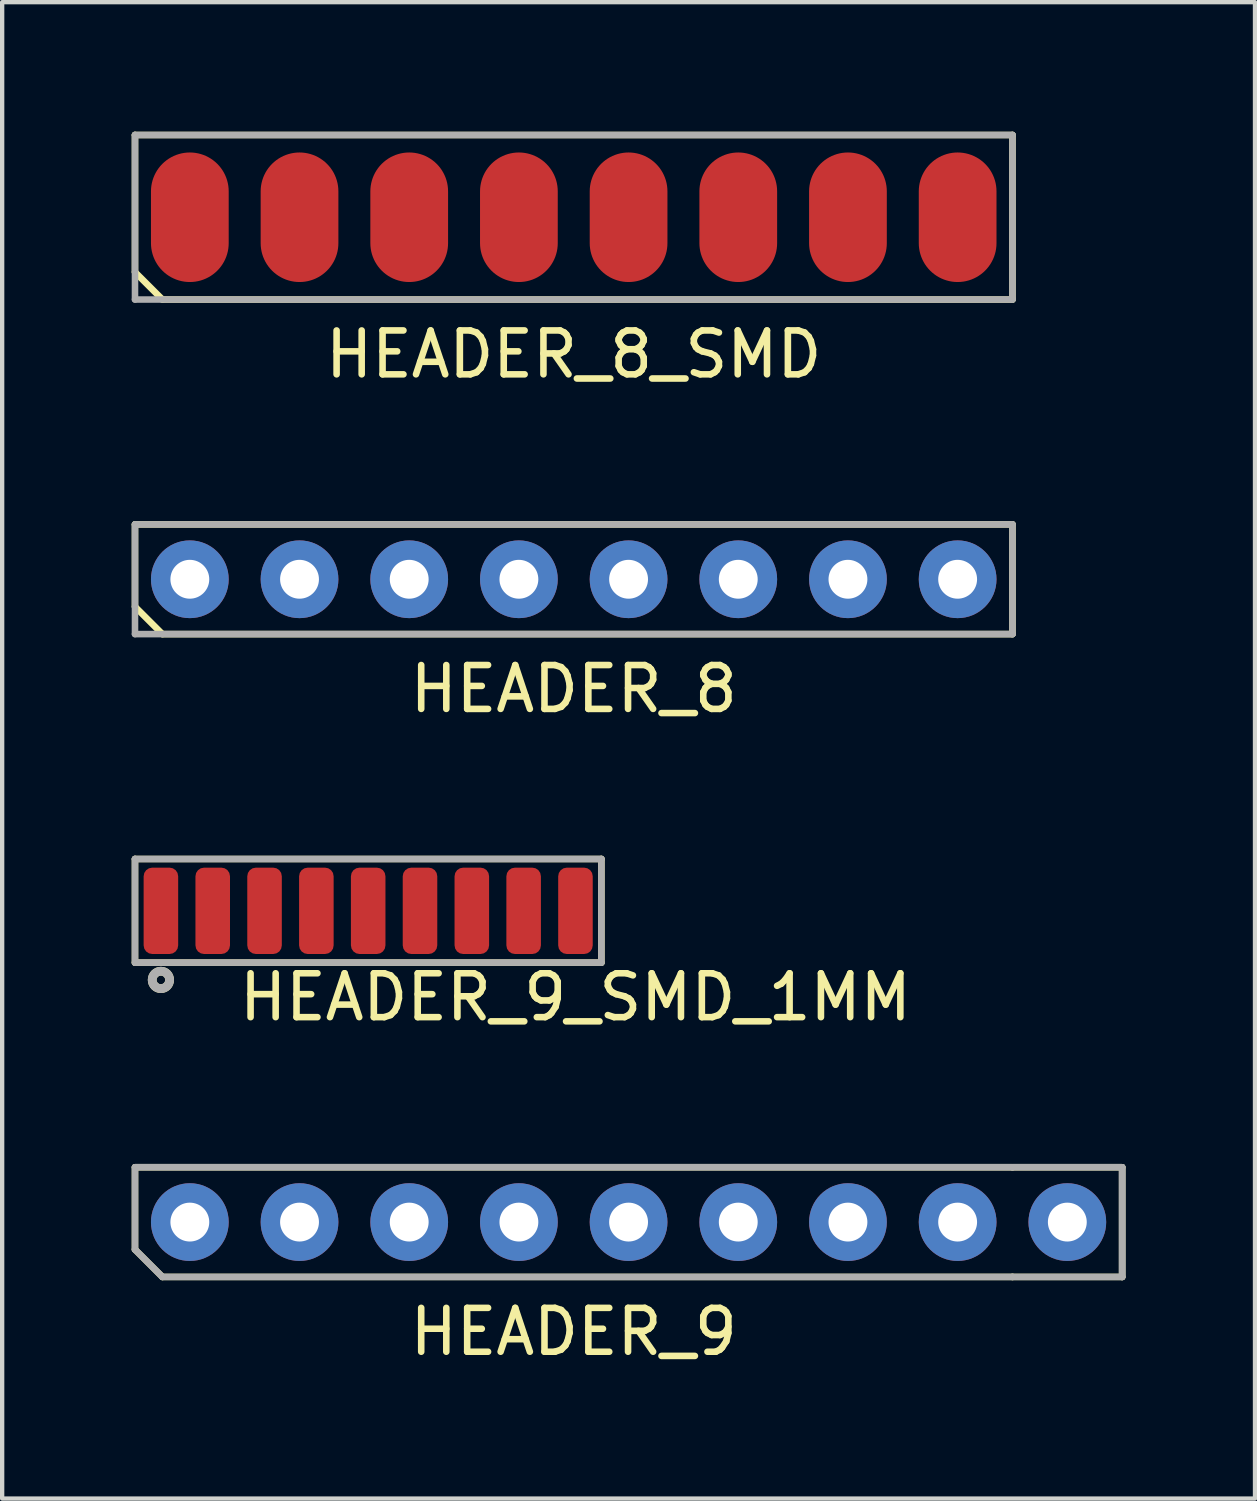
<source format=kicad_pcb>
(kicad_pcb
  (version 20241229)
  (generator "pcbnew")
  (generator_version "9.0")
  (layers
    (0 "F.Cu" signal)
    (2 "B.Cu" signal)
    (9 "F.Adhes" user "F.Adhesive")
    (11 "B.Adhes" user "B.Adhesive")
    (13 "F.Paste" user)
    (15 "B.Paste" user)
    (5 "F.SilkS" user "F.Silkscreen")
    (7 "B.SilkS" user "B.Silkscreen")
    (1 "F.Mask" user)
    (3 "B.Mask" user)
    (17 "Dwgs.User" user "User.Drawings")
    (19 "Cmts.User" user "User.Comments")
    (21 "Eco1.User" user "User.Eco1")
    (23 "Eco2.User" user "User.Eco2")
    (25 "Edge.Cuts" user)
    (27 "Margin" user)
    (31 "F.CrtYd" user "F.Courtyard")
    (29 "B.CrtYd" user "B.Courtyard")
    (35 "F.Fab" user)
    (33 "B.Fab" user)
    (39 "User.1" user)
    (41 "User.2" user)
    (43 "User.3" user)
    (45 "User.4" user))
  (footprint "HEADER_9"
    (layer "F.Cu")
    (at 11.506 25.25)
    (property "Reference" "HEADER_9" (at -1.27 2.54 0) (layer "F.SilkS") (effects (font (size 1.016 1.016) (thickness 0.152))))
    (attr through_hole)
    (fp_line (start -11.43 -1.27) (end 8.89 -1.27) (stroke (width 0.152) (type solid)) (layer "F.SilkS"))
    (fp_line (start -11.43 0.635) (end -11.43 -1.27) (stroke (width 0.152) (type solid)) (layer "F.SilkS"))
    (fp_line (start -11.43 0.635) (end -10.795 1.27) (stroke (width 0.152) (type solid)) (layer "F.SilkS"))
    (fp_line (start 8.89 -1.27) (end 11.43 -1.27) (stroke (width 0.152) (type solid)) (layer "F.SilkS"))
    (fp_line (start 8.89 1.27) (end -10.795 1.27) (stroke (width 0.152) (type solid)) (layer "F.SilkS"))
    (fp_line (start 8.89 1.27) (end 11.43 1.27) (stroke (width 0.152) (type solid)) (layer "F.SilkS"))
    (fp_line (start 11.43 1.27) (end 11.43 -1.27) (stroke (width 0.152) (type solid)) (layer "F.SilkS"))
    (fp_line (start -11.43 -1.27) (end 8.89 -1.27) (stroke (width 0.152) (type solid)) (layer "F.Fab"))
    (fp_line (start -11.43 0.635) (end -11.43 -1.27) (stroke (width 0.152) (type solid)) (layer "F.Fab"))
    (fp_line (start -10.795 1.27) (end -11.43 0.635) (stroke (width 0.152) (type solid)) (layer "F.Fab"))
    (fp_line (start -10.795 1.27) (end 8.89 1.27) (stroke (width 0.152) (type solid)) (layer "F.Fab"))
    (fp_line (start 8.89 -1.27) (end 11.43 -1.27) (stroke (width 0.152) (type solid)) (layer "F.Fab"))
    (fp_line (start 8.89 1.27) (end 11.43 1.27) (stroke (width 0.152) (type solid)) (layer "F.Fab"))
    (fp_line (start 11.43 -1.27) (end 11.43 1.27) (stroke (width 0.152) (type solid)) (layer "F.Fab"))
    (fp_line (start 11.43 1.27) (end 11.43 -1.27) (stroke (width 0.152) (type solid)) (layer "F.Fab"))
    (pad "1" thru_hole circle (at -10.16 0) (size 1.8 1.8) (drill 0.9) (layers "*.Cu" "*.Mask"))
    (pad "2" thru_hole circle (at -7.62 0) (size 1.8 1.8) (drill 0.9) (layers "*.Cu" "*.Mask"))
    (pad "3" thru_hole circle (at -5.08 0) (size 1.8 1.8) (drill 0.9) (layers "*.Cu" "*.Mask"))
    (pad "4" thru_hole circle (at -2.54 0) (size 1.8 1.8) (drill 0.9) (layers "*.Cu" "*.Mask"))
    (pad "5" thru_hole circle (at 0 0) (size 1.8 1.8) (drill 0.9) (layers "*.Cu" "*.Mask"))
    (pad "6" thru_hole circle (at 2.54 0) (size 1.8 1.8) (drill 0.9) (layers "*.Cu" "*.Mask"))
    (pad "7" thru_hole circle (at 5.08 0) (size 1.8 1.8) (drill 0.9) (layers "*.Cu" "*.Mask"))
    (pad "8" thru_hole circle (at 7.62 0) (size 1.8 1.8) (drill 0.9) (layers "*.Cu" "*.Mask"))
    (pad "9" thru_hole circle (at 10.16 0) (size 1.8 1.8) (drill 0.9) (layers "*.Cu" "*.Mask")))
  (footprint "HEADER_9_SMD_1MM"
    (layer "F.Cu")
    (at 5.476 18.042)
    (property "Reference" "HEADER_9_SMD_1MM" (at 4.8 2 0) (layer "F.SilkS") (effects (font (size 1.016 1.016) (thickness 0.152))))
    (attr through_hole)
    (fp_line (start -5.4 -1.2) (end -5.4 1.2) (stroke (width 0.152) (type solid)) (layer "F.SilkS"))
    (fp_line (start 5.4 -1.2) (end -5.4 -1.2) (stroke (width 0.152) (type solid)) (layer "F.SilkS"))
    (fp_line (start 5.4 -1.2) (end 5.4 1.2) (stroke (width 0.152) (type solid)) (layer "F.SilkS"))
    (fp_line (start 5.4 1.2) (end -5.4 1.2) (stroke (width 0.152) (type solid)) (layer "F.SilkS"))
    (fp_circle (center -4.8 1.6) (end -4.7 1.6) (stroke (width 0.203) (type solid)) (fill no) (layer "F.SilkS"))
    (fp_line (start -5.4 -1.2) (end 5.4 -1.2) (stroke (width 0.152) (type solid)) (layer "F.Fab"))
    (fp_line (start -5.4 1.2) (end -5.4 -1.2) (stroke (width 0.152) (type solid)) (layer "F.Fab"))
    (fp_line (start 5.4 -1.2) (end 5.4 1.2) (stroke (width 0.152) (type solid)) (layer "F.Fab"))
    (fp_line (start 5.4 1.2) (end -5.4 1.2) (stroke (width 0.152) (type solid)) (layer "F.Fab"))
    (fp_circle (center -4.8 1.6) (end -4.7 1.6) (stroke (width 0.203) (type solid)) (fill no) (layer "F.Fab"))
    (pad "1" smd roundrect (at -4.8 0) (size 0.8 2) (layers "F.Cu" "F.Mask" "F.Paste") (roundrect_rratio 0.25))
    (pad "2" smd roundrect (at -3.6 0) (size 0.8 2) (layers "F.Cu" "F.Mask" "F.Paste") (roundrect_rratio 0.25))
    (pad "3" smd roundrect (at -2.4 0) (size 0.8 2) (layers "F.Cu" "F.Mask" "F.Paste") (roundrect_rratio 0.25))
    (pad "4" smd roundrect (at -1.2 0) (size 0.8 2) (layers "F.Cu" "F.Mask" "F.Paste") (roundrect_rratio 0.25))
    (pad "5" smd roundrect (at 0 0) (size 0.8 2) (layers "F.Cu" "F.Mask" "F.Paste") (roundrect_rratio 0.25))
    (pad "6" smd roundrect (at 1.2 0) (size 0.8 2) (layers "F.Cu" "F.Mask" "F.Paste") (roundrect_rratio 0.25))
    (pad "7" smd roundrect (at 2.4 0) (size 0.8 2) (layers "F.Cu" "F.Mask" "F.Paste") (roundrect_rratio 0.25))
    (pad "8" smd roundrect (at 3.6 0) (size 0.8 2) (layers "F.Cu" "F.Mask" "F.Paste") (roundrect_rratio 0.25))
    (pad "9" smd roundrect (at 4.8 0) (size 0.8 2) (layers "F.Cu" "F.Mask" "F.Paste") (roundrect_rratio 0.25)))
  (footprint "HEADER_8"
    (layer "F.Cu")
    (at 10.236 10.364)
    (property "Reference" "HEADER_8" (at 0 2.54 0) (layer "F.SilkS") (effects (font (size 1.016 1.016) (thickness 0.152))))
    (attr through_hole)
    (fp_line (start -10.16 -1.27) (end 10.16 -1.27) (stroke (width 0.152) (type solid)) (layer "F.SilkS"))
    (fp_line (start -10.16 0.635) (end -10.16 -1.27) (stroke (width 0.152) (type solid)) (layer "F.SilkS"))
    (fp_line (start -10.16 0.635) (end -9.525 1.27) (stroke (width 0.152) (type solid)) (layer "F.SilkS"))
    (fp_line (start 10.16 1.27) (end -9.525 1.27) (stroke (width 0.152) (type solid)) (layer "F.SilkS"))
    (fp_line (start 10.16 1.27) (end 10.16 -1.27) (stroke (width 0.152) (type solid)) (layer "F.SilkS"))
    (fp_line (start -10.16 -1.27) (end 10.16 -1.27) (stroke (width 0.152) (type solid)) (layer "F.Fab"))
    (fp_line (start -10.16 1.27) (end -10.16 -1.27) (stroke (width 0.152) (type solid)) (layer "F.Fab"))
    (fp_line (start -10.16 1.27) (end 10.16 1.27) (stroke (width 0.152) (type solid)) (layer "F.Fab"))
    (fp_line (start 10.16 1.27) (end 10.16 -1.27) (stroke (width 0.152) (type solid)) (layer "F.Fab"))
    (pad "1" thru_hole circle (at -8.89 0) (size 1.8 1.8) (drill 0.9) (layers "*.Cu" "*.Mask"))
    (pad "2" thru_hole circle (at -6.35 0) (size 1.8 1.8) (drill 0.9) (layers "*.Cu" "*.Mask"))
    (pad "3" thru_hole circle (at -3.81 0) (size 1.8 1.8) (drill 0.9) (layers "*.Cu" "*.Mask"))
    (pad "4" thru_hole circle (at -1.27 0) (size 1.8 1.8) (drill 0.9) (layers "*.Cu" "*.Mask"))
    (pad "5" thru_hole circle (at 1.27 0) (size 1.8 1.8) (drill 0.9) (layers "*.Cu" "*.Mask"))
    (pad "6" thru_hole circle (at 3.81 0) (size 1.8 1.8) (drill 0.9) (layers "*.Cu" "*.Mask"))
    (pad "7" thru_hole circle (at 6.35 0) (size 1.8 1.8) (drill 0.9) (layers "*.Cu" "*.Mask"))
    (pad "8" thru_hole circle (at 8.89 0) (size 1.8 1.8) (drill 0.9) (layers "*.Cu" "*.Mask")))
  (footprint "HEADER_8_SMD"
    (layer "F.Cu")
    (at 10.236 1.981)
    (property "Reference" "HEADER_8_SMD" (at 0 3.175 0) (layer "F.SilkS") (effects (font (size 1.016 1.016) (thickness 0.152))))
    (attr smd)
    (fp_line (start -10.16 -1.905) (end 10.16 -1.905) (stroke (width 0.152) (type solid)) (layer "F.SilkS"))
    (fp_line (start -10.16 1.27) (end -10.16 -1.905) (stroke (width 0.152) (type solid)) (layer "F.SilkS"))
    (fp_line (start -9.525 1.905) (end -10.16 1.27) (stroke (width 0.152) (type solid)) (layer "F.SilkS"))
    (fp_line (start 10.16 -1.905) (end 10.16 1.905) (stroke (width 0.152) (type solid)) (layer "F.SilkS"))
    (fp_line (start 10.16 1.905) (end -9.525 1.905) (stroke (width 0.152) (type solid)) (layer "F.SilkS"))
    (fp_line (start -10.16 -1.905) (end 10.16 -1.905) (stroke (width 0.152) (type solid)) (layer "F.Fab"))
    (fp_line (start -10.16 1.905) (end -10.16 -1.905) (stroke (width 0.152) (type solid)) (layer "F.Fab"))
    (fp_line (start 10.16 -1.905) (end 10.16 1.905) (stroke (width 0.152) (type solid)) (layer "F.Fab"))
    (fp_line (start 10.16 1.905) (end -10.16 1.905) (stroke (width 0.152) (type solid)) (layer "F.Fab"))
    (pad "1" smd oval (at -8.89 0) (size 1.8 3) (layers "F.Cu" "F.Mask" "F.Paste"))
    (pad "2" smd oval (at -6.35 0) (size 1.8 3) (layers "F.Cu" "F.Mask" "F.Paste"))
    (pad "3" smd oval (at -3.81 0) (size 1.8 3) (layers "F.Cu" "F.Mask" "F.Paste"))
    (pad "4" smd oval (at -1.27 0) (size 1.8 3) (layers "F.Cu" "F.Mask" "F.Paste"))
    (pad "5" smd oval (at 1.27 0) (size 1.8 3) (layers "F.Cu" "F.Mask" "F.Paste"))
    (pad "6" smd oval (at 3.81 0) (size 1.8 3) (layers "F.Cu" "F.Mask" "F.Paste"))
    (pad "7" smd oval (at 6.35 0) (size 1.8 3) (layers "F.Cu" "F.Mask" "F.Paste"))
    (pad "8" smd oval (at 8.89 0) (size 1.8 3) (layers "F.Cu" "F.Mask" "F.Paste")))
  (gr_rect
    (start -3 -3)
    (end 26.012 31.652)
    (stroke (width 0.1) (type default))
    (fill no)
    (layer "Edge.Cuts")))
</source>
